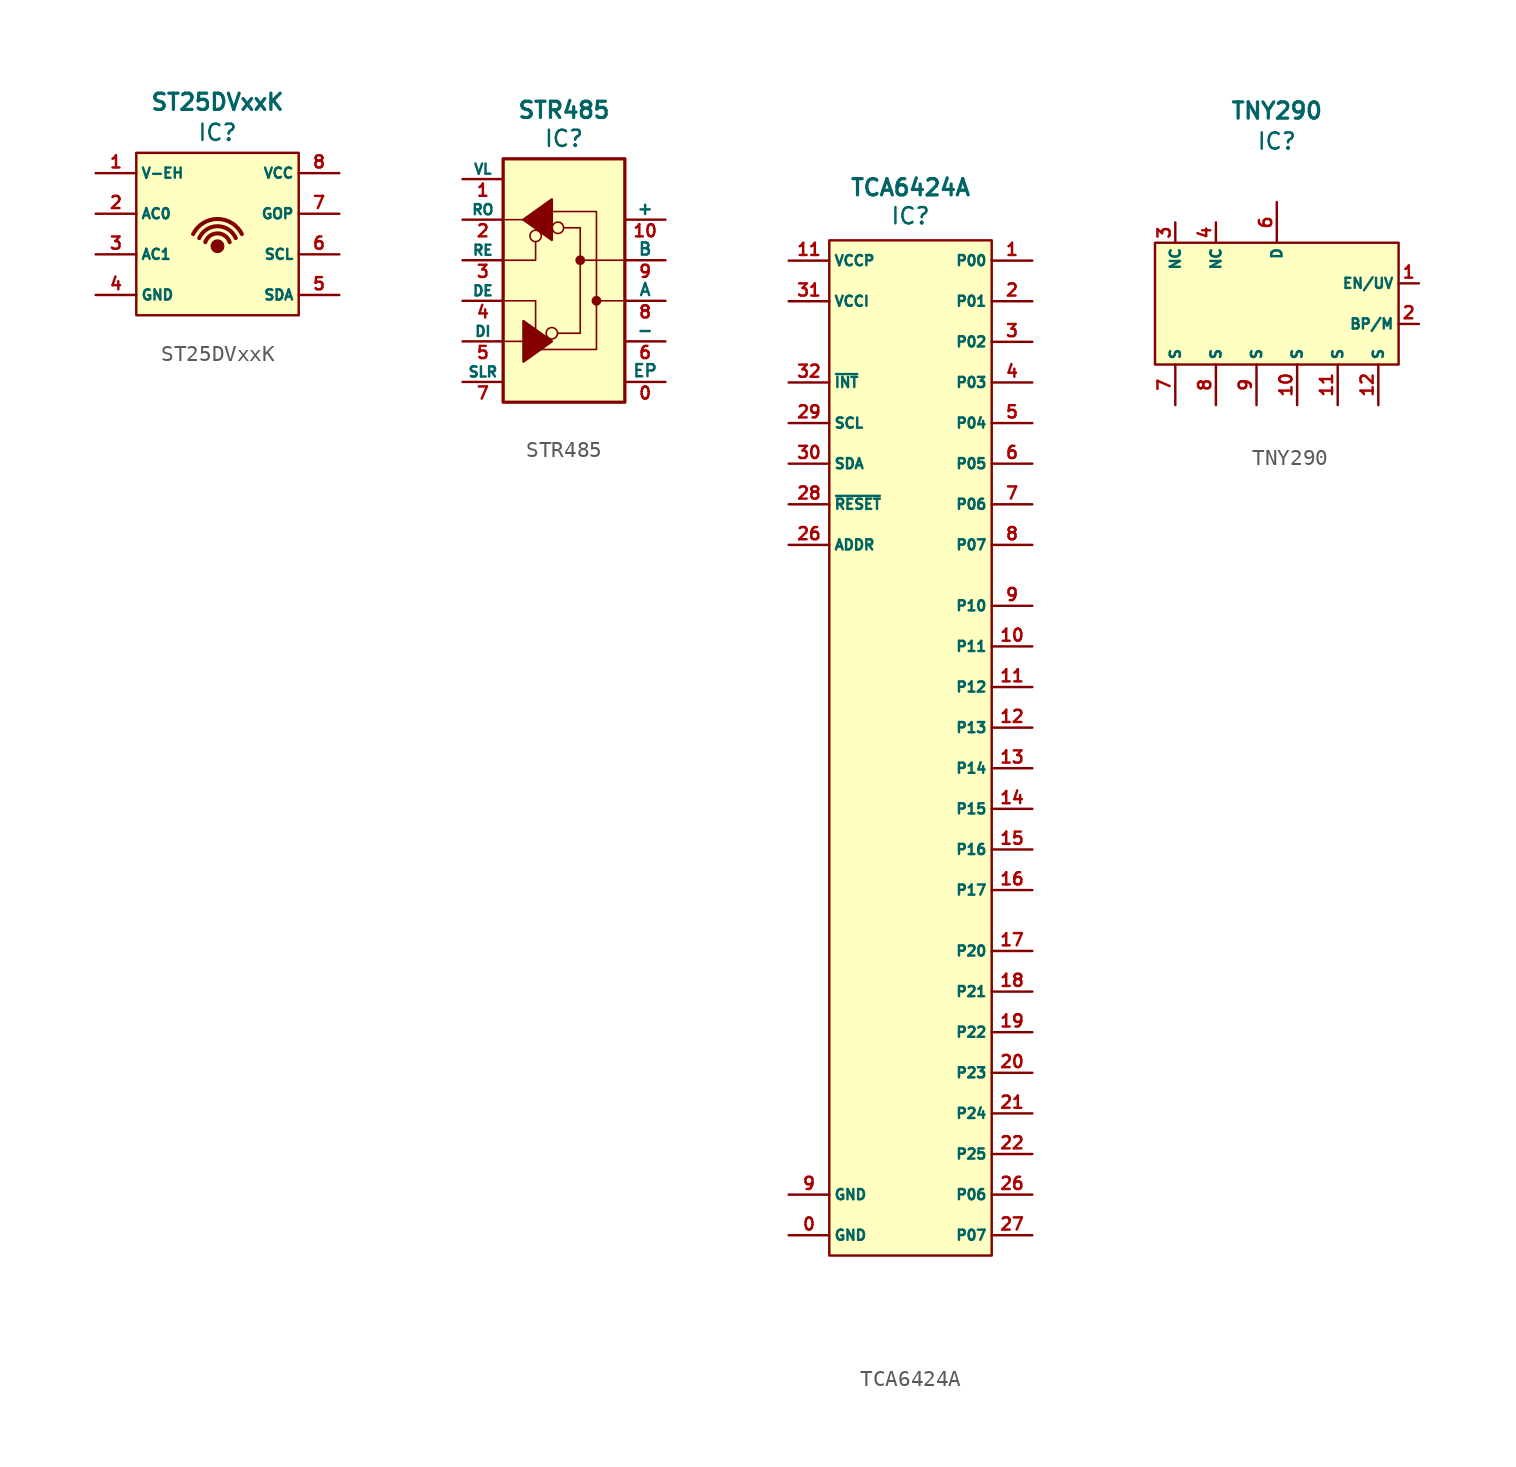
<source format=kicad_sym>
(kicad_symbol_lib
  (version 20231120)
  (generator "kicad_symbol_editor")
  (generator_version "8.0")
  (symbol "ST25DVxxK"
    (pin_names
      (offset 0.254))
    (property "Reference" "IC"
      (at 0 6.35 0)
      (effects (font (size 1.016 1.016))))
    (property "Value" "ST25DVxxK"
      (at 0 8.255 0)
      (effects (font (size 1.016 1.016) (bold yes))))
    (symbol "ST25DVxxK_0_1"
      (rectangle (start -5.08 5.08) (end 5.08 -5.08) (stroke (width 0) (type solid)) (fill (type background)))
      (circle (center 0 -0.762) (radius 0.356) (stroke (width 0) (type solid)) (fill (type outline)))
      (arc (start 0.762 -0.508) (mid 0 0.0412) (end -0.762 -0.508) (stroke (width 0.254) (type solid)) (fill (type none)))
      (arc (start 1.143 -0.254) (mid 0 0.4888) (end -1.143 -0.254) (stroke (width 0.254) (type solid)) (fill (type none)))
      (arc (start 1.524 0) (mid 0 0.9419) (end -1.524 0) (stroke (width 0.254) (type solid)) (fill (type none))))
    (symbol "ST25DVxxK_1_1"
      (pin passive line (at -7.62 3.81 0) (length 2.54) (name "V-EH" (effects (font (size 0.635 0.635)))) (number "1" (effects (font (size 0.762 0.762)))))
      (pin passive line (at -7.62 1.27 0) (length 2.54) (name "AC0" (effects (font (size 0.635 0.635)))) (number "2" (effects (font (size 0.762 0.762)))))
      (pin passive line (at -7.62 -1.27 0) (length 2.54) (name "AC1" (effects (font (size 0.635 0.635)))) (number "3" (effects (font (size 0.762 0.762)))))
      (pin power_in line (at -7.62 -3.81 0) (length 2.54) (name "GND" (effects (font (size 0.635 0.635)))) (number "4" (effects (font (size 0.762 0.762)))))
      (pin bidirectional line (at 7.62 -3.81 180) (length 2.54) (name "SDA" (effects (font (size 0.635 0.635)))) (number "5" (effects (font (size 0.762 0.762)))))
      (pin input line (at 7.62 -1.27 180) (length 2.54) (name "SCL" (effects (font (size 0.635 0.635)))) (number "6" (effects (font (size 0.762 0.762)))))
      (pin output line (at 7.62 1.27 180) (length 2.54) (name "GOP" (effects (font (size 0.635 0.635)))) (number "7" (effects (font (size 0.762 0.762)))))
      (pin power_in line (at 7.62 3.81 180) (length 2.54) (name "VCC" (effects (font (size 0.635 0.635)))) (number "8" (effects (font (size 0.762 0.762)))))))
  (symbol "STR485"
    (pin_names
      (offset 0))
    (property "Reference" "IC"
      (at 0 8.89 0)
      (effects (font (size 1.016 1.016))))
    (property "Value" "STR485"
      (at 0 10.668 0)
      (effects (font (size 1.016 1.016) (bold yes))))
    (symbol "STR485_0_1"
      (rectangle (start -3.81 7.62) (end 3.81 -7.62) (stroke (width 0.203) (type solid)) (fill (type background)))
      (circle (center -1.778 2.794) (radius 0.356) (stroke (width 0.102) (type solid)) (fill (type none)))
      (circle (center -0.762 -3.302) (radius 0.356) (stroke (width 0.102) (type solid)) (fill (type none)))
      (circle (center -0.381 3.302) (radius 0.356) (stroke (width 0.102) (type solid)) (fill (type none)))
      (polyline (pts (xy -3.81 -3.81) (xy -2.54 -3.81)) (stroke (width 0.102) (type solid)) (fill (type none)))
      (polyline (pts (xy -2.54 3.81) (xy -3.81 3.81)) (stroke (width 0.102) (type solid)) (fill (type none)))
      (polyline (pts (xy -0.381 -3.302) (xy 1.016 -3.302)) (stroke (width 0.102) (type solid)) (fill (type none)))
      (polyline (pts (xy 1.016 1.27) (xy 3.81 1.27)) (stroke (width 0.102) (type solid)) (fill (type none)))
      (polyline (pts (xy 3.81 -1.27) (xy 2.032 -1.27)) (stroke (width 0.102) (type solid)) (fill (type none)))
      (polyline (pts (xy -3.81 1.27) (xy -1.778 1.27) (xy -1.778 2.413)) (stroke (width 0.102) (type solid)) (fill (type none)))
      (polyline (pts (xy -1.778 -3.048) (xy -1.778 -1.27) (xy -3.81 -1.27)) (stroke (width 0.102) (type solid)) (fill (type none)))
      (polyline (pts (xy 0 3.302) (xy 1.016 3.302) (xy 1.016 -3.302)) (stroke (width 0.102) (type solid)) (fill (type none)))
      (polyline (pts (xy -0.762 4.318) (xy 2.032 4.318) (xy 2.032 -4.318) (xy -1.524 -4.318)) (stroke (width 0.102) (type solid)) (fill (type none)))
      (polyline (pts (xy -2.54 -2.794) (xy -2.54 -5.08) (xy -0.762 -3.81) (xy -2.54 -2.54) (xy -2.54 -2.794)) (stroke (width 0) (type solid)) (fill (type outline)))
      (polyline (pts (xy -0.762 4.826) (xy -0.762 2.54) (xy -2.54 3.81) (xy -0.762 5.08) (xy -0.762 4.826)) (stroke (width 0) (type solid)) (fill (type outline)))
      (circle (center 1.016 1.27) (radius 0.254) (stroke (width 0.102) (type solid)) (fill (type outline)))
      (circle (center 2.032 -1.27) (radius 0.254) (stroke (width 0.102) (type solid)) (fill (type outline))))
    (symbol "STR485_1_1"
      (pin power_in line (at 6.35 -6.35 180) (length 2.54) (name "EP" (effects (font (size 0.762 0.762)))) (number "0" (effects (font (size 0.762 0.762)))))
      (pin power_in line (at -6.35 6.35 0) (length 2.54) (name "VL" (effects (font (size 0.635 0.635)))) (number "1" (effects (font (size 0.762 0.762)))))
      (pin power_in line (at 6.35 3.81 180) (length 2.54) (name "+" (effects (font (size 0.762 0.762)))) (number "10" (effects (font (size 0.762 0.762)))))
      (pin output line (at -6.35 3.81 0) (length 2.54) (name "RO" (effects (font (size 0.635 0.635)))) (number "2" (effects (font (size 0.762 0.762)))))
      (pin input line (at -6.35 1.27 0) (length 2.54) (name "RE" (effects (font (size 0.635 0.635)))) (number "3" (effects (font (size 0.762 0.762)))))
      (pin input line (at -6.35 -1.27 0) (length 2.54) (name "DE" (effects (font (size 0.635 0.635)))) (number "4" (effects (font (size 0.762 0.762)))))
      (pin input line (at -6.35 -3.81 0) (length 2.54) (name "DI" (effects (font (size 0.635 0.635)))) (number "5" (effects (font (size 0.762 0.762)))))
      (pin power_in line (at 6.35 -3.81 180) (length 2.54) (name "-" (effects (font (size 0.762 0.762)))) (number "6" (effects (font (size 0.762 0.762)))))
      (pin input line (at -6.35 -6.35 0) (length 2.54) (name "SLR" (effects (font (size 0.635 0.635)))) (number "7" (effects (font (size 0.762 0.762)))))
      (pin bidirectional line (at 6.35 -1.27 180) (length 2.54) (name "A" (effects (font (size 0.762 0.762)))) (number "8" (effects (font (size 0.762 0.762)))))
      (pin bidirectional line (at 6.35 1.27 180) (length 2.54) (name "B" (effects (font (size 0.762 0.762)))) (number "9" (effects (font (size 0.762 0.762)))))))
  (symbol "TCA6424A"
    (pin_names
      (offset 0.254))
    (property "Reference" "IC"
      (at 0 33.274 0)
      (effects (font (size 1.016 1.016))))
    (property "Value" "TCA6424A"
      (at 0 35.052 0)
      (effects (font (size 1.016 1.016) (bold yes))))
    (symbol "TCA6424A_0_1"
      (rectangle (start -5.08 31.75) (end 5.08 -31.75) (stroke (width 0) (type solid)) (fill (type background))))
    (symbol "TCA6424A_1_1"
      (pin bidirectional line (at -7.62 -30.48 0) (length 2.54) (name "GND" (effects (font (size 0.635 0.635)))) (number "0" (effects (font (size 0.762 0.762)))))
      (pin bidirectional line (at 7.62 30.48 180) (length 2.54) (name "P00" (effects (font (size 0.635 0.635)))) (number "1" (effects (font (size 0.762 0.762)))))
      (pin bidirectional line (at 7.62 6.35 180) (length 2.54) (name "P11" (effects (font (size 0.635 0.635)))) (number "10" (effects (font (size 0.762 0.762)))))
      (pin bidirectional line (at 7.62 3.81 180) (length 2.54) (name "P12" (effects (font (size 0.635 0.635)))) (number "11" (effects (font (size 0.762 0.762)))))
      (pin bidirectional line (at -7.62 30.48 0) (length 2.54) (name "VCCP" (effects (font (size 0.635 0.635)))) (number "11" (effects (font (size 0.762 0.762)))))
      (pin bidirectional line (at 7.62 1.27 180) (length 2.54) (name "P13" (effects (font (size 0.635 0.635)))) (number "12" (effects (font (size 0.762 0.762)))))
      (pin bidirectional line (at 7.62 -1.27 180) (length 2.54) (name "P14" (effects (font (size 0.635 0.635)))) (number "13" (effects (font (size 0.762 0.762)))))
      (pin bidirectional line (at 7.62 -3.81 180) (length 2.54) (name "P15" (effects (font (size 0.635 0.635)))) (number "14" (effects (font (size 0.762 0.762)))))
      (pin bidirectional line (at 7.62 -6.35 180) (length 2.54) (name "P16" (effects (font (size 0.635 0.635)))) (number "15" (effects (font (size 0.762 0.762)))))
      (pin bidirectional line (at 7.62 -8.89 180) (length 2.54) (name "P17" (effects (font (size 0.635 0.635)))) (number "16" (effects (font (size 0.762 0.762)))))
      (pin bidirectional line (at 7.62 -12.7 180) (length 2.54) (name "P20" (effects (font (size 0.635 0.635)))) (number "17" (effects (font (size 0.762 0.762)))))
      (pin bidirectional line (at 7.62 -15.24 180) (length 2.54) (name "P21" (effects (font (size 0.635 0.635)))) (number "18" (effects (font (size 0.762 0.762)))))
      (pin bidirectional line (at 7.62 -17.78 180) (length 2.54) (name "P22" (effects (font (size 0.635 0.635)))) (number "19" (effects (font (size 0.762 0.762)))))
      (pin bidirectional line (at 7.62 27.94 180) (length 2.54) (name "P01" (effects (font (size 0.635 0.635)))) (number "2" (effects (font (size 0.762 0.762)))))
      (pin bidirectional line (at 7.62 -20.32 180) (length 2.54) (name "P23" (effects (font (size 0.635 0.635)))) (number "20" (effects (font (size 0.762 0.762)))))
      (pin bidirectional line (at 7.62 -22.86 180) (length 2.54) (name "P24" (effects (font (size 0.635 0.635)))) (number "21" (effects (font (size 0.762 0.762)))))
      (pin bidirectional line (at 7.62 -25.4 180) (length 2.54) (name "P25" (effects (font (size 0.635 0.635)))) (number "22" (effects (font (size 0.762 0.762)))))
      (pin bidirectional line (at -7.62 12.7 0) (length 2.54) (name "ADDR" (effects (font (size 0.635 0.635)))) (number "26" (effects (font (size 0.762 0.762)))))
      (pin bidirectional line (at 7.62 -27.94 180) (length 2.54) (name "P06" (effects (font (size 0.635 0.635)))) (number "26" (effects (font (size 0.762 0.762)))))
      (pin bidirectional line (at 7.62 -30.48 180) (length 2.54) (name "P07" (effects (font (size 0.635 0.635)))) (number "27" (effects (font (size 0.762 0.762)))))
      (pin bidirectional line (at -7.62 15.24 0) (length 2.54) (name "~{RESET}" (effects (font (size 0.635 0.635)))) (number "28" (effects (font (size 0.762 0.762)))))
      (pin bidirectional line (at -7.62 20.32 0) (length 2.54) (name "SCL" (effects (font (size 0.635 0.635)))) (number "29" (effects (font (size 0.762 0.762)))))
      (pin bidirectional line (at 7.62 25.4 180) (length 2.54) (name "P02" (effects (font (size 0.635 0.635)))) (number "3" (effects (font (size 0.762 0.762)))))
      (pin bidirectional line (at -7.62 17.78 0) (length 2.54) (name "SDA" (effects (font (size 0.635 0.635)))) (number "30" (effects (font (size 0.762 0.762)))))
      (pin bidirectional line (at -7.62 27.94 0) (length 2.54) (name "VCCI" (effects (font (size 0.635 0.635)))) (number "31" (effects (font (size 0.762 0.762)))))
      (pin bidirectional line (at -7.62 22.86 0) (length 2.54) (name "~{INT}" (effects (font (size 0.635 0.635)))) (number "32" (effects (font (size 0.762 0.762)))))
      (pin bidirectional line (at 7.62 22.86 180) (length 2.54) (name "P03" (effects (font (size 0.635 0.635)))) (number "4" (effects (font (size 0.762 0.762)))))
      (pin bidirectional line (at 7.62 20.32 180) (length 2.54) (name "P04" (effects (font (size 0.635 0.635)))) (number "5" (effects (font (size 0.762 0.762)))))
      (pin bidirectional line (at 7.62 17.78 180) (length 2.54) (name "P05" (effects (font (size 0.635 0.635)))) (number "6" (effects (font (size 0.762 0.762)))))
      (pin bidirectional line (at 7.62 15.24 180) (length 2.54) (name "P06" (effects (font (size 0.635 0.635)))) (number "7" (effects (font (size 0.762 0.762)))))
      (pin bidirectional line (at 7.62 12.7 180) (length 2.54) (name "P07" (effects (font (size 0.635 0.635)))) (number "8" (effects (font (size 0.762 0.762)))))
      (pin bidirectional line (at -7.62 -27.94 0) (length 2.54) (name "GND" (effects (font (size 0.635 0.635)))) (number "9" (effects (font (size 0.762 0.762)))))
      (pin bidirectional line (at 7.62 8.89 180) (length 2.54) (name "P10" (effects (font (size 0.635 0.635)))) (number "9" (effects (font (size 0.762 0.762)))))))
  (symbol "TNY290"
    (pin_names
      (offset 0.254))
    (property "Reference" "IC"
      (at 0 10.16 0)
      (effects (font (size 1.016 1.016))))
    (property "Value" "TNY290"
      (at 0 12.065 0)
      (effects (font (size 1.016 1.016) (bold yes))))
    (symbol "TNY290_0_1"
      (rectangle (start -7.62 3.81) (end 7.62 -3.81) (stroke (width 0) (type solid)) (fill (type background))))
    (symbol "TNY290_1_1"
      (pin input line (at 8.89 1.27 180) (length 1.27) (name "EN/UV" (effects (font (size 0.635 0.635)))) (number "1" (effects (font (size 0.762 0.762)))))
      (pin power_in line (at 1.27 -6.35 90) (length 2.54) (name "S" (effects (font (size 0.635 0.635)))) (number "10" (effects (font (size 0.762 0.762)))))
      (pin power_in line (at 3.81 -6.35 90) (length 2.54) (name "S" (effects (font (size 0.635 0.635)))) (number "11" (effects (font (size 0.762 0.762)))))
      (pin power_in line (at 6.35 -6.35 90) (length 2.54) (name "S" (effects (font (size 0.635 0.635)))) (number "12" (effects (font (size 0.762 0.762)))))
      (pin input line (at 8.89 -1.27 180) (length 1.27) (name "BP/M" (effects (font (size 0.635 0.635)))) (number "2" (effects (font (size 0.762 0.762)))))
      (pin free line (at -6.35 5.08 270) (length 1.27) (name "NC" (effects (font (size 0.635 0.635)))) (number "3" (effects (font (size 0.762 0.762)))))
      (pin free line (at -3.81 5.08 270) (length 1.27) (name "NC" (effects (font (size 0.635 0.635)))) (number "4" (effects (font (size 0.762 0.762)))))
      (pin power_out line (at 0 6.35 270) (length 2.54) (name "D" (effects (font (size 0.635 0.635)))) (number "6" (effects (font (size 0.762 0.762)))))
      (pin power_in line (at -6.35 -6.35 90) (length 2.54) (name "S" (effects (font (size 0.635 0.635)))) (number "7" (effects (font (size 0.762 0.762)))))
      (pin power_in line (at -3.81 -6.35 90) (length 2.54) (name "S" (effects (font (size 0.635 0.635)))) (number "8" (effects (font (size 0.762 0.762)))))
      (pin power_in line (at -1.27 -6.35 90) (length 2.54) (name "S" (effects (font (size 0.635 0.635)))) (number "9" (effects (font (size 0.762 0.762))))))))
</source>
